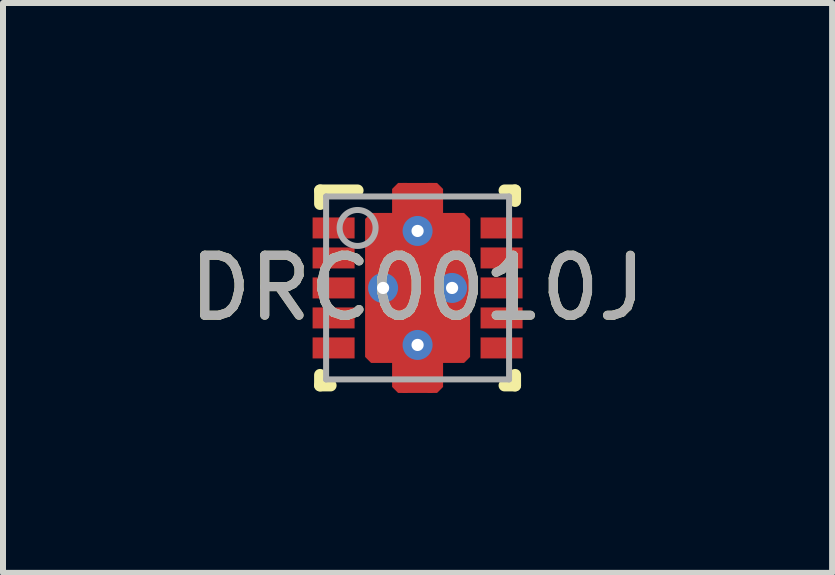
<source format=kicad_pcb>
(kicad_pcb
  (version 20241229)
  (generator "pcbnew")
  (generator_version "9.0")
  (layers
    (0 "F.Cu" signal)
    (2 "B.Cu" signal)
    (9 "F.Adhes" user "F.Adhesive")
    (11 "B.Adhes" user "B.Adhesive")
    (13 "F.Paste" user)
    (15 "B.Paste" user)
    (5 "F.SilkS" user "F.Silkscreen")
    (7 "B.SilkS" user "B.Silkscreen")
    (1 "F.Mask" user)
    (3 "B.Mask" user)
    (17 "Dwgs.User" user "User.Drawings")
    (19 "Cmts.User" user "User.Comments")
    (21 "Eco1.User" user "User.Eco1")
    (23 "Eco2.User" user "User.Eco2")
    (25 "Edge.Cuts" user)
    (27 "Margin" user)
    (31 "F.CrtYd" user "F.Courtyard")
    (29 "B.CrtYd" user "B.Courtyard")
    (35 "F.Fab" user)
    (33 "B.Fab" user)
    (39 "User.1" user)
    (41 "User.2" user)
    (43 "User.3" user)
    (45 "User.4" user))
  (footprint "DRC0010J"
    (layer "F.Cu")
    (at 3.911 1.75)
    (property "Reference" "DRC0010J" (at 0 0 0) (unlocked yes) (layer "F.SilkS") (effects (font (size 1 1) (thickness 0.15))))
    (attr smd)
    (fp_poly (pts (xy -0.25 -1.1) (xy 0.25 -1.1) (xy 0.25 -1.75) (xy -0.25 -1.75)) (stroke (width 0) (type solid)) (fill yes) (layer "F.Cu"))
    (fp_poly (pts (xy -0.25 1.75) (xy 0.25 1.75) (xy 0.25 1.1) (xy -0.25 1.1)) (stroke (width 0) (type solid)) (fill yes) (layer "F.Cu"))
    (fp_poly (pts (xy -0.775 1.25) (xy -0.425 1.25) (xy -0.425 1.65) (xy -0.325 1.75) (xy -0.325 1.75) (xy -0.175 1.75) (xy -0.175 1.75) (xy -0.075 1.65) (xy -0.075 1.25) (xy 0.075 1.25) (xy 0.075 1.65) (xy 0.175 1.75) (xy 0.175 1.75) (xy 0.325 1.75) (xy 0.325 1.75) (xy 0.425 1.65) (xy 0.425 1.25) (xy 0.775 1.25) (xy 0.875 1.15) (xy 0.875 -1.15) (xy 0.775 -1.25) (xy 0.425 -1.25) (xy 0.425 -1.65) (xy 0.325 -1.75) (xy 0.175 -1.75) (xy 0.075 -1.65) (xy 0.075 -1.25) (xy -0.075 -1.25) (xy -0.075 -1.65) (xy -0.175 -1.75) (xy -0.325 -1.75) (xy -0.425 -1.65) (xy -0.425 -1.25) (xy -0.775 -1.25) (xy -0.875 -1.15) (xy -0.875 1.15)) (stroke (width 0) (type solid)) (fill yes) (layer "F.Cu"))
    (fp_poly (pts (xy -0.754 1.2) (xy -0.825 1.129) (xy -0.825 -1.129) (xy -0.754 -1.2) (xy -0.425 -1.2) (xy -0.415 -1.201) (xy -0.406 -1.204) (xy -0.397 -1.208) (xy -0.39 -1.215) (xy -0.383 -1.222) (xy -0.379 -1.231) (xy -0.376 -1.24) (xy -0.375 -1.25) (xy -0.375 -1.629) (xy -0.304 -1.7) (xy -0.196 -1.7) (xy -0.125 -1.629) (xy -0.125 -1.25) (xy -0.124 -1.24) (xy -0.121 -1.231) (xy -0.117 -1.222) (xy -0.11 -1.215) (xy -0.103 -1.208) (xy -0.094 -1.204) (xy -0.085 -1.201) (xy -0.075 -1.2) (xy 0.075 -1.2) (xy 0.085 -1.201) (xy 0.094 -1.204) (xy 0.103 -1.208) (xy 0.11 -1.215) (xy 0.117 -1.222) (xy 0.121 -1.231) (xy 0.124 -1.24) (xy 0.125 -1.25) (xy 0.125 -1.629) (xy 0.196 -1.7) (xy 0.304 -1.7) (xy 0.375 -1.629) (xy 0.375 -1.25) (xy 0.376 -1.24) (xy 0.379 -1.231) (xy 0.383 -1.222) (xy 0.39 -1.215) (xy 0.397 -1.208) (xy 0.406 -1.204) (xy 0.415 -1.201) (xy 0.425 -1.2) (xy 0.754 -1.2) (xy 0.825 -1.129) (xy 0.825 1.129) (xy 0.754 1.2) (xy 0.425 1.2) (xy 0.415 1.201) (xy 0.406 1.204) (xy 0.397 1.208) (xy 0.39 1.215) (xy 0.383 1.222) (xy 0.379 1.231) (xy 0.376 1.24) (xy 0.375 1.25) (xy 0.375 1.629) (xy 0.304 1.7) (xy 0.196 1.7) (xy 0.125 1.629) (xy 0.125 1.25) (xy 0.124 1.24) (xy 0.121 1.231) (xy 0.117 1.222) (xy 0.11 1.215) (xy 0.103 1.208) (xy 0.094 1.204) (xy 0.085 1.201) (xy 0.075 1.2) (xy -0.075 1.2) (xy -0.085 1.201) (xy -0.094 1.204) (xy -0.103 1.208) (xy -0.11 1.215) (xy -0.117 1.222) (xy -0.121 1.231) (xy -0.124 1.24) (xy -0.125 1.25) (xy -0.125 1.629) (xy -0.196 1.7) (xy -0.304 1.7) (xy -0.375 1.629) (xy -0.375 1.25) (xy -0.376 1.24) (xy -0.379 1.231) (xy -0.383 1.222) (xy -0.39 1.215) (xy -0.397 1.208) (xy -0.406 1.204) (xy -0.415 1.201) (xy -0.425 1.2)) (stroke (width 0) (type solid)) (fill yes) (layer "F.Mask"))
    (fp_line (start -1.625 -1.625) (end -1 -1.625) (stroke (width 0.2) (type solid)) (layer "F.SilkS"))
    (fp_line (start -1.625 -1.4) (end -1.625 -1.625) (stroke (width 0.2) (type solid)) (layer "F.SilkS"))
    (fp_line (start -1.625 1.625) (end -1.625 1.45) (stroke (width 0.2) (type solid)) (layer "F.SilkS"))
    (fp_line (start -1.625 1.625) (end -1.45 1.625) (stroke (width 0.2) (type solid)) (layer "F.SilkS"))
    (fp_line (start 1.45 -1.625) (end 1.625 -1.625) (stroke (width 0.2) (type solid)) (layer "F.SilkS"))
    (fp_line (start 1.45 1.625) (end 1.625 1.625) (stroke (width 0.2) (type solid)) (layer "F.SilkS"))
    (fp_line (start 1.625 -1.45) (end 1.625 -1.625) (stroke (width 0.2) (type solid)) (layer "F.SilkS"))
    (fp_line (start 1.625 1.625) (end 1.625 1.45) (stroke (width 0.2) (type solid)) (layer "F.SilkS"))
    (fp_poly (pts (xy -0.75 -0.148) (xy -0.75 -1.112) (xy -0.749 -1.122) (xy -0.746 -1.131) (xy -0.742 -1.139) (xy -0.736 -1.146) (xy -0.729 -1.152) (xy -0.721 -1.156) (xy -0.712 -1.159) (xy -0.702 -1.16) (xy 0.702 -1.16) (xy 0.712 -1.159) (xy 0.721 -1.156) (xy 0.729 -1.152) (xy 0.736 -1.146) (xy 0.742 -1.139) (xy 0.746 -1.131) (xy 0.749 -1.122) (xy 0.75 -1.112) (xy 0.75 -0.148) (xy 0.749 -0.138) (xy 0.746 -0.129) (xy 0.742 -0.121) (xy 0.736 -0.114) (xy 0.729 -0.108) (xy 0.721 -0.104) (xy 0.712 -0.101) (xy 0.702 -0.1) (xy -0.702 -0.1) (xy -0.712 -0.101) (xy -0.721 -0.104) (xy -0.729 -0.108) (xy -0.736 -0.114) (xy -0.742 -0.121) (xy -0.746 -0.129) (xy -0.749 -0.138)) (stroke (width 0) (type solid)) (fill yes) (layer "F.Paste"))
    (fp_poly (pts (xy -0.75 1.112) (xy -0.75 0.148) (xy -0.749 0.138) (xy -0.746 0.129) (xy -0.742 0.121) (xy -0.736 0.114) (xy -0.729 0.108) (xy -0.721 0.104) (xy -0.712 0.101) (xy -0.702 0.1) (xy 0.702 0.1) (xy 0.712 0.101) (xy 0.721 0.104) (xy 0.729 0.108) (xy 0.736 0.114) (xy 0.742 0.121) (xy 0.746 0.129) (xy 0.749 0.138) (xy 0.75 0.148) (xy 0.75 1.112) (xy 0.749 1.122) (xy 0.746 1.131) (xy 0.742 1.139) (xy 0.736 1.146) (xy 0.729 1.152) (xy 0.721 1.156) (xy 0.712 1.159) (xy 0.702 1.16) (xy -0.702 1.16) (xy -0.712 1.159) (xy -0.721 1.156) (xy -0.729 1.152) (xy -0.736 1.146) (xy -0.742 1.139) (xy -0.746 1.131) (xy -0.749 1.122)) (stroke (width 0) (type solid)) (fill yes) (layer "F.Paste"))
    (fp_poly (pts (xy -0.125 -1.65) (xy -0.125 -1.41) (xy -0.126 -1.4) (xy -0.129 -1.391) (xy -0.133 -1.382) (xy -0.14 -1.375) (xy -0.147 -1.368) (xy -0.156 -1.364) (xy -0.165 -1.361) (xy -0.175 -1.36) (xy -0.325 -1.36) (xy -0.335 -1.361) (xy -0.344 -1.364) (xy -0.353 -1.368) (xy -0.36 -1.375) (xy -0.367 -1.382) (xy -0.371 -1.391) (xy -0.374 -1.4) (xy -0.375 -1.41) (xy -0.375 -1.65) (xy -0.374 -1.66) (xy -0.371 -1.669) (xy -0.367 -1.678) (xy -0.36 -1.685) (xy -0.353 -1.692) (xy -0.344 -1.696) (xy -0.335 -1.699) (xy -0.325 -1.7) (xy -0.175 -1.7) (xy -0.165 -1.699) (xy -0.156 -1.696) (xy -0.147 -1.692) (xy -0.14 -1.685) (xy -0.133 -1.678) (xy -0.129 -1.669) (xy -0.126 -1.66)) (stroke (width 0) (type solid)) (fill yes) (layer "F.Paste"))
    (fp_poly (pts (xy -0.125 1.41) (xy -0.125 1.65) (xy -0.126 1.66) (xy -0.129 1.669) (xy -0.133 1.678) (xy -0.14 1.685) (xy -0.147 1.692) (xy -0.156 1.696) (xy -0.165 1.699) (xy -0.175 1.7) (xy -0.325 1.7) (xy -0.335 1.699) (xy -0.344 1.696) (xy -0.353 1.692) (xy -0.36 1.685) (xy -0.367 1.678) (xy -0.371 1.669) (xy -0.374 1.66) (xy -0.375 1.65) (xy -0.375 1.41) (xy -0.374 1.4) (xy -0.371 1.391) (xy -0.367 1.382) (xy -0.36 1.375) (xy -0.353 1.368) (xy -0.344 1.364) (xy -0.335 1.361) (xy -0.325 1.36) (xy -0.175 1.36) (xy -0.165 1.361) (xy -0.156 1.364) (xy -0.147 1.368) (xy -0.14 1.375) (xy -0.133 1.382) (xy -0.129 1.391) (xy -0.126 1.4)) (stroke (width 0) (type solid)) (fill yes) (layer "F.Paste"))
    (fp_poly (pts (xy 0.125 -1.41) (xy 0.125 -1.65) (xy 0.126 -1.66) (xy 0.129 -1.669) (xy 0.133 -1.678) (xy 0.14 -1.685) (xy 0.147 -1.692) (xy 0.156 -1.696) (xy 0.165 -1.699) (xy 0.175 -1.7) (xy 0.325 -1.7) (xy 0.335 -1.699) (xy 0.344 -1.696) (xy 0.353 -1.692) (xy 0.36 -1.685) (xy 0.367 -1.678) (xy 0.371 -1.669) (xy 0.374 -1.66) (xy 0.375 -1.65) (xy 0.375 -1.41) (xy 0.374 -1.4) (xy 0.371 -1.391) (xy 0.367 -1.382) (xy 0.36 -1.375) (xy 0.353 -1.368) (xy 0.344 -1.364) (xy 0.335 -1.361) (xy 0.325 -1.36) (xy 0.175 -1.36) (xy 0.165 -1.361) (xy 0.156 -1.364) (xy 0.147 -1.368) (xy 0.14 -1.375) (xy 0.133 -1.382) (xy 0.129 -1.391) (xy 0.126 -1.4)) (stroke (width 0) (type solid)) (fill yes) (layer "F.Paste"))
    (fp_poly (pts (xy 0.125 1.65) (xy 0.125 1.41) (xy 0.126 1.4) (xy 0.129 1.391) (xy 0.133 1.382) (xy 0.14 1.375) (xy 0.147 1.368) (xy 0.156 1.364) (xy 0.165 1.361) (xy 0.175 1.36) (xy 0.325 1.36) (xy 0.335 1.361) (xy 0.344 1.364) (xy 0.353 1.368) (xy 0.36 1.375) (xy 0.367 1.382) (xy 0.371 1.391) (xy 0.374 1.4) (xy 0.375 1.41) (xy 0.375 1.65) (xy 0.374 1.66) (xy 0.371 1.669) (xy 0.367 1.678) (xy 0.36 1.685) (xy 0.353 1.692) (xy 0.344 1.696) (xy 0.335 1.699) (xy 0.325 1.7) (xy 0.175 1.7) (xy 0.165 1.699) (xy 0.156 1.696) (xy 0.147 1.692) (xy 0.14 1.685) (xy 0.133 1.678) (xy 0.129 1.669) (xy 0.126 1.66)) (stroke (width 0) (type solid)) (fill yes) (layer "F.Paste"))
    (fp_line (start -1.525 -1.525) (end 1.525 -1.525) (stroke (width 0.1) (type solid)) (layer "F.Fab"))
    (fp_line (start -1.525 1.525) (end -1.525 -1.525) (stroke (width 0.1) (type solid)) (layer "F.Fab"))
    (fp_line (start -1.525 1.525) (end 1.525 1.525) (stroke (width 0.1) (type solid)) (layer "F.Fab"))
    (fp_line (start 1.525 1.525) (end 1.525 -1.525) (stroke (width 0.1) (type solid)) (layer "F.Fab"))
    (fp_circle (center -1 -1) (end -0.7 -1) (stroke (width 0.1) (type solid)) (fill no) (layer "F.Fab"))
    (fp_text user "${REFERENCE}" (at 0 0 0) (unlocked yes) (layer "F.Fab") (effects (font (size 1 1) (thickness 0.15))))
    (pad "1" smd rect (at -1.4 -1) (size 0.7 0.35) (layers "F.Cu" "F.Mask" "F.Paste"))
    (pad "2" smd rect (at -1.4 -0.5) (size 0.7 0.35) (layers "F.Cu" "F.Mask" "F.Paste"))
    (pad "3" smd rect (at -1.4 0) (size 0.7 0.35) (layers "F.Cu" "F.Mask" "F.Paste"))
    (pad "4" smd rect (at -1.4 0.5) (size 0.7 0.35) (layers "F.Cu" "F.Mask" "F.Paste"))
    (pad "5" smd rect (at -1.4 1) (size 0.7 0.35) (layers "F.Cu" "F.Mask" "F.Paste"))
    (pad "6" smd rect (at 1.4 1) (size 0.7 0.35) (layers "F.Cu" "F.Mask" "F.Paste"))
    (pad "7" smd rect (at 1.4 0.5) (size 0.7 0.35) (layers "F.Cu" "F.Mask" "F.Paste"))
    (pad "8" smd rect (at 1.4 0) (size 0.7 0.35) (layers "F.Cu" "F.Mask" "F.Paste"))
    (pad "9" smd rect (at 1.4 -0.5) (size 0.7 0.35) (layers "F.Cu" "F.Mask" "F.Paste"))
    (pad "10" smd rect (at 1.4 -1) (size 0.7 0.35) (layers "F.Cu" "F.Mask" "F.Paste"))
    (pad "11" smd rect (at 0 0) (size 1.65 2.4) (layers "F.Cu"))
    (pad "V" thru_hole circle (at -0.575 0) (size 0.5 0.5) (drill 0.203) (layers "*.Cu" "*.Mask"))
    (pad "V" thru_hole circle (at 0 -0.95) (size 0.5 0.5) (drill 0.203) (layers "*.Cu" "*.Mask"))
    (pad "V" thru_hole circle (at 0 0.95) (size 0.5 0.5) (drill 0.203) (layers "*.Cu" "*.Mask"))
    (pad "V" thru_hole circle (at 0.575 0) (size 0.5 0.5) (drill 0.203) (layers "*.Cu" "*.Mask")))
  (gr_rect
    (start -3 -3)
    (end 10.821 6.5)
    (stroke (width 0.1) (type default))
    (fill no)
    (layer "Edge.Cuts")))
</source>
